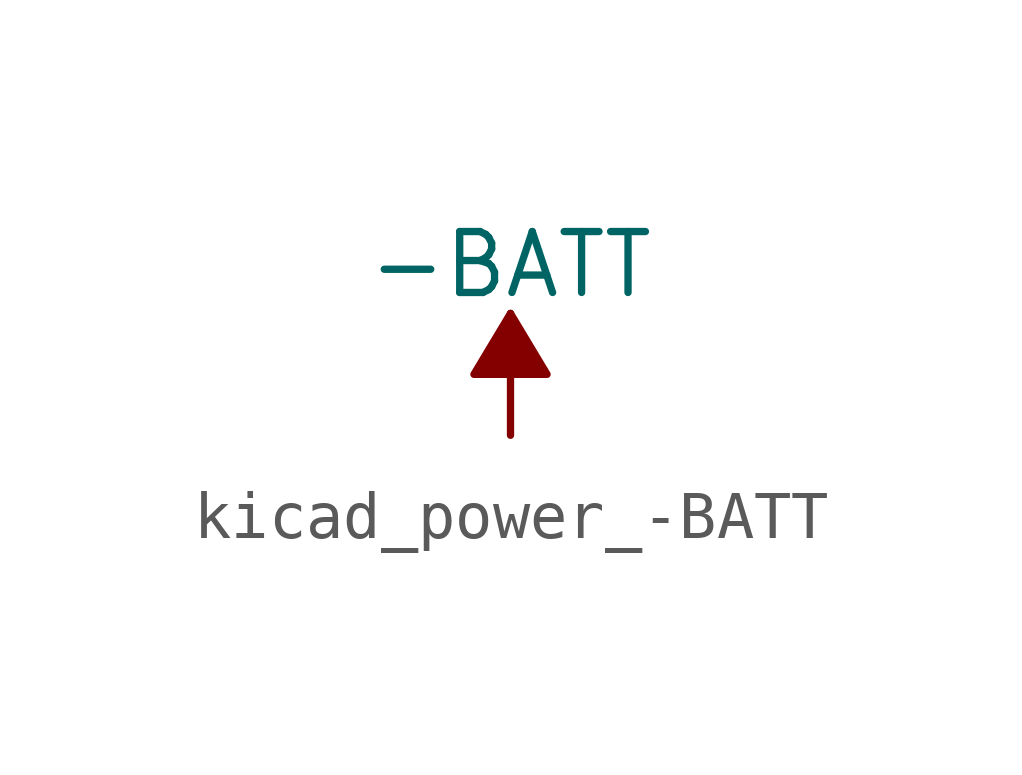
<source format=kicad_sym>
(kicad_symbol_lib
  (version 20220914)
  (generator kicad_symbol_editor)
  (symbol "kicad_power_-BATT"
    (power)
    (pin_names
      (offset 0))
    (property "Reference" "#PWR"
      (at 0 -3.81 0)
      (effects (font (size 1.27 1.27)) hide))
    (property "Value" "-BATT"
      (at 0 3.556 0)
      (effects (font (size 1.27 1.27))))
    (symbol "kicad_power_-BATT_0_1"
      (polyline (pts (xy 0 0) (xy 0 2.54)) (stroke (width 0) (type default)) (fill (type none)))
      (polyline (pts (xy 0.762 1.27) (xy -0.762 1.27) (xy 0 2.54) (xy 0.762 1.27)) (stroke (width 0) (type default)) (fill (type outline))))
    (symbol "kicad_power_-BATT_1_1"
      (pin power_in line (at 0 0 90) (length 0) hide (name "-BATT" (effects (font (size 1.27 1.27)))) (number "1" (effects (font (size 1.27 1.27))))))))
</source>
